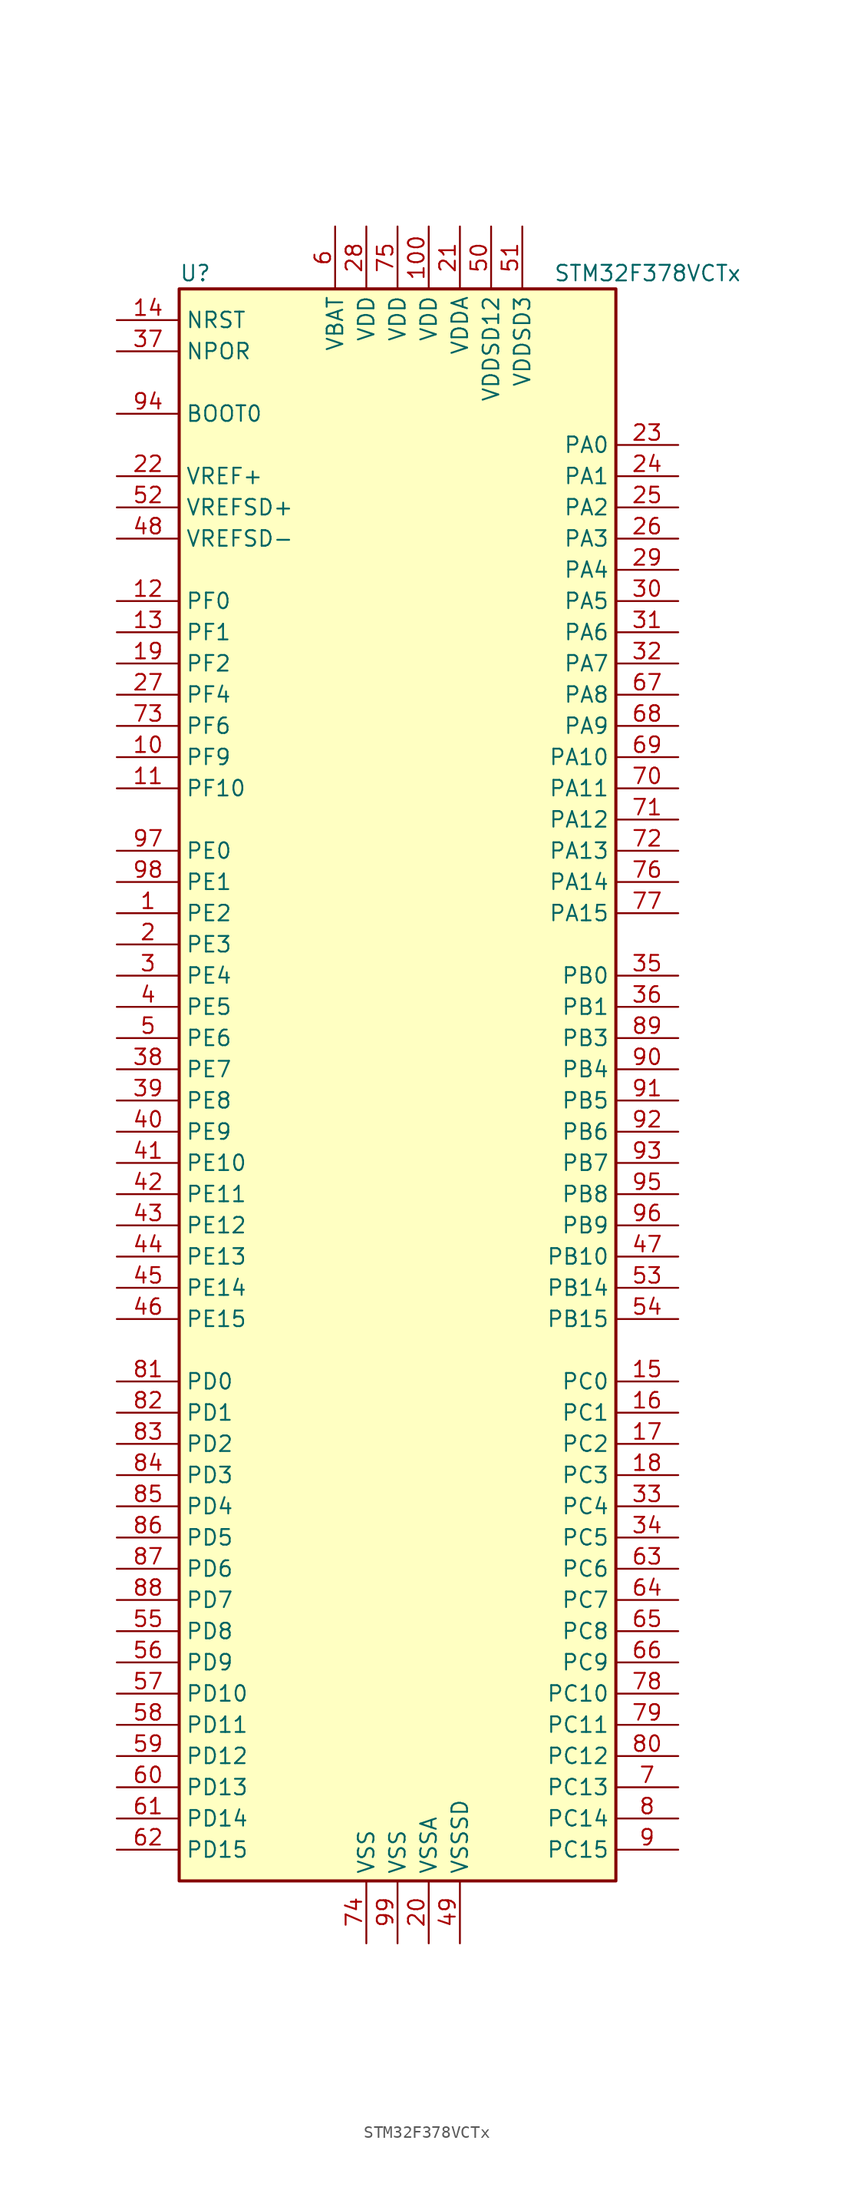
<source format=kicad_sym>
(kicad_symbol_lib
  (version 20201005)
  (generator kicad_symbol_editor)
  (symbol "MCU_ST_STM32F3:STM32F378VCTx"
    (property "Reference" "U"
      (at -17.78 64.77 0)
      (effects (font (size 1.27 1.27)) (justify left)))
    (property "Value" "STM32F378VCTx"
      (at 12.7 64.77 0)
      (effects (font (size 1.27 1.27)) (justify left)))
    (symbol "STM32F378VCTx_0_1"
      (rectangle (start -17.78 -66.04) (end 17.78 63.5) (stroke (width 0.254)) (fill (type background))))
    (symbol "STM32F378VCTx_1_1"
      (pin input line (at -22.86 53.34 0) (length 5.08) (name "BOOT0" (effects (font (size 1.27 1.27)))) (number "94" (effects (font (size 1.27 1.27)))))
      (pin input line (at -22.86 58.42 0) (length 5.08) (name "NPOR" (effects (font (size 1.27 1.27)))) (number "37" (effects (font (size 1.27 1.27)))))
      (pin input line (at -22.86 60.96 0) (length 5.08) (name "NRST" (effects (font (size 1.27 1.27)))) (number "14" (effects (font (size 1.27 1.27)))))
      (pin bidirectional line (at 22.86 50.8 180) (length 5.08) (name "PA0" (effects (font (size 1.27 1.27)))) (number "23" (effects (font (size 1.27 1.27)))))
      (pin bidirectional line (at 22.86 48.26 180) (length 5.08) (name "PA1" (effects (font (size 1.27 1.27)))) (number "24" (effects (font (size 1.27 1.27)))))
      (pin bidirectional line (at 22.86 25.4 180) (length 5.08) (name "PA10" (effects (font (size 1.27 1.27)))) (number "69" (effects (font (size 1.27 1.27)))))
      (pin bidirectional line (at 22.86 22.86 180) (length 5.08) (name "PA11" (effects (font (size 1.27 1.27)))) (number "70" (effects (font (size 1.27 1.27)))))
      (pin bidirectional line (at 22.86 20.32 180) (length 5.08) (name "PA12" (effects (font (size 1.27 1.27)))) (number "71" (effects (font (size 1.27 1.27)))))
      (pin bidirectional line (at 22.86 17.78 180) (length 5.08) (name "PA13" (effects (font (size 1.27 1.27)))) (number "72" (effects (font (size 1.27 1.27)))))
      (pin bidirectional line (at 22.86 15.24 180) (length 5.08) (name "PA14" (effects (font (size 1.27 1.27)))) (number "76" (effects (font (size 1.27 1.27)))))
      (pin bidirectional line (at 22.86 12.7 180) (length 5.08) (name "PA15" (effects (font (size 1.27 1.27)))) (number "77" (effects (font (size 1.27 1.27)))))
      (pin bidirectional line (at 22.86 45.72 180) (length 5.08) (name "PA2" (effects (font (size 1.27 1.27)))) (number "25" (effects (font (size 1.27 1.27)))))
      (pin bidirectional line (at 22.86 43.18 180) (length 5.08) (name "PA3" (effects (font (size 1.27 1.27)))) (number "26" (effects (font (size 1.27 1.27)))))
      (pin bidirectional line (at 22.86 40.64 180) (length 5.08) (name "PA4" (effects (font (size 1.27 1.27)))) (number "29" (effects (font (size 1.27 1.27)))))
      (pin bidirectional line (at 22.86 38.1 180) (length 5.08) (name "PA5" (effects (font (size 1.27 1.27)))) (number "30" (effects (font (size 1.27 1.27)))))
      (pin bidirectional line (at 22.86 35.56 180) (length 5.08) (name "PA6" (effects (font (size 1.27 1.27)))) (number "31" (effects (font (size 1.27 1.27)))))
      (pin bidirectional line (at 22.86 33.02 180) (length 5.08) (name "PA7" (effects (font (size 1.27 1.27)))) (number "32" (effects (font (size 1.27 1.27)))))
      (pin bidirectional line (at 22.86 30.48 180) (length 5.08) (name "PA8" (effects (font (size 1.27 1.27)))) (number "67" (effects (font (size 1.27 1.27)))))
      (pin bidirectional line (at 22.86 27.94 180) (length 5.08) (name "PA9" (effects (font (size 1.27 1.27)))) (number "68" (effects (font (size 1.27 1.27)))))
      (pin bidirectional line (at 22.86 7.62 180) (length 5.08) (name "PB0" (effects (font (size 1.27 1.27)))) (number "35" (effects (font (size 1.27 1.27)))))
      (pin bidirectional line (at 22.86 5.08 180) (length 5.08) (name "PB1" (effects (font (size 1.27 1.27)))) (number "36" (effects (font (size 1.27 1.27)))))
      (pin bidirectional line (at 22.86 -15.24 180) (length 5.08) (name "PB10" (effects (font (size 1.27 1.27)))) (number "47" (effects (font (size 1.27 1.27)))))
      (pin bidirectional line (at 22.86 -17.78 180) (length 5.08) (name "PB14" (effects (font (size 1.27 1.27)))) (number "53" (effects (font (size 1.27 1.27)))))
      (pin bidirectional line (at 22.86 -20.32 180) (length 5.08) (name "PB15" (effects (font (size 1.27 1.27)))) (number "54" (effects (font (size 1.27 1.27)))))
      (pin bidirectional line (at 22.86 2.54 180) (length 5.08) (name "PB3" (effects (font (size 1.27 1.27)))) (number "89" (effects (font (size 1.27 1.27)))))
      (pin bidirectional line (at 22.86 0 180) (length 5.08) (name "PB4" (effects (font (size 1.27 1.27)))) (number "90" (effects (font (size 1.27 1.27)))))
      (pin bidirectional line (at 22.86 -2.54 180) (length 5.08) (name "PB5" (effects (font (size 1.27 1.27)))) (number "91" (effects (font (size 1.27 1.27)))))
      (pin bidirectional line (at 22.86 -5.08 180) (length 5.08) (name "PB6" (effects (font (size 1.27 1.27)))) (number "92" (effects (font (size 1.27 1.27)))))
      (pin bidirectional line (at 22.86 -7.62 180) (length 5.08) (name "PB7" (effects (font (size 1.27 1.27)))) (number "93" (effects (font (size 1.27 1.27)))))
      (pin bidirectional line (at 22.86 -10.16 180) (length 5.08) (name "PB8" (effects (font (size 1.27 1.27)))) (number "95" (effects (font (size 1.27 1.27)))))
      (pin bidirectional line (at 22.86 -12.7 180) (length 5.08) (name "PB9" (effects (font (size 1.27 1.27)))) (number "96" (effects (font (size 1.27 1.27)))))
      (pin bidirectional line (at 22.86 -25.4 180) (length 5.08) (name "PC0" (effects (font (size 1.27 1.27)))) (number "15" (effects (font (size 1.27 1.27)))))
      (pin bidirectional line (at 22.86 -27.94 180) (length 5.08) (name "PC1" (effects (font (size 1.27 1.27)))) (number "16" (effects (font (size 1.27 1.27)))))
      (pin bidirectional line (at 22.86 -50.8 180) (length 5.08) (name "PC10" (effects (font (size 1.27 1.27)))) (number "78" (effects (font (size 1.27 1.27)))))
      (pin bidirectional line (at 22.86 -53.34 180) (length 5.08) (name "PC11" (effects (font (size 1.27 1.27)))) (number "79" (effects (font (size 1.27 1.27)))))
      (pin bidirectional line (at 22.86 -55.88 180) (length 5.08) (name "PC12" (effects (font (size 1.27 1.27)))) (number "80" (effects (font (size 1.27 1.27)))))
      (pin bidirectional line (at 22.86 -58.42 180) (length 5.08) (name "PC13" (effects (font (size 1.27 1.27)))) (number "7" (effects (font (size 1.27 1.27)))))
      (pin bidirectional line (at 22.86 -60.96 180) (length 5.08) (name "PC14" (effects (font (size 1.27 1.27)))) (number "8" (effects (font (size 1.27 1.27)))))
      (pin bidirectional line (at 22.86 -63.5 180) (length 5.08) (name "PC15" (effects (font (size 1.27 1.27)))) (number "9" (effects (font (size 1.27 1.27)))))
      (pin bidirectional line (at 22.86 -30.48 180) (length 5.08) (name "PC2" (effects (font (size 1.27 1.27)))) (number "17" (effects (font (size 1.27 1.27)))))
      (pin bidirectional line (at 22.86 -33.02 180) (length 5.08) (name "PC3" (effects (font (size 1.27 1.27)))) (number "18" (effects (font (size 1.27 1.27)))))
      (pin bidirectional line (at 22.86 -35.56 180) (length 5.08) (name "PC4" (effects (font (size 1.27 1.27)))) (number "33" (effects (font (size 1.27 1.27)))))
      (pin bidirectional line (at 22.86 -38.1 180) (length 5.08) (name "PC5" (effects (font (size 1.27 1.27)))) (number "34" (effects (font (size 1.27 1.27)))))
      (pin bidirectional line (at 22.86 -40.64 180) (length 5.08) (name "PC6" (effects (font (size 1.27 1.27)))) (number "63" (effects (font (size 1.27 1.27)))))
      (pin bidirectional line (at 22.86 -43.18 180) (length 5.08) (name "PC7" (effects (font (size 1.27 1.27)))) (number "64" (effects (font (size 1.27 1.27)))))
      (pin bidirectional line (at 22.86 -45.72 180) (length 5.08) (name "PC8" (effects (font (size 1.27 1.27)))) (number "65" (effects (font (size 1.27 1.27)))))
      (pin bidirectional line (at 22.86 -48.26 180) (length 5.08) (name "PC9" (effects (font (size 1.27 1.27)))) (number "66" (effects (font (size 1.27 1.27)))))
      (pin bidirectional line (at -22.86 -25.4 0) (length 5.08) (name "PD0" (effects (font (size 1.27 1.27)))) (number "81" (effects (font (size 1.27 1.27)))))
      (pin bidirectional line (at -22.86 -27.94 0) (length 5.08) (name "PD1" (effects (font (size 1.27 1.27)))) (number "82" (effects (font (size 1.27 1.27)))))
      (pin bidirectional line (at -22.86 -50.8 0) (length 5.08) (name "PD10" (effects (font (size 1.27 1.27)))) (number "57" (effects (font (size 1.27 1.27)))))
      (pin bidirectional line (at -22.86 -53.34 0) (length 5.08) (name "PD11" (effects (font (size 1.27 1.27)))) (number "58" (effects (font (size 1.27 1.27)))))
      (pin bidirectional line (at -22.86 -55.88 0) (length 5.08) (name "PD12" (effects (font (size 1.27 1.27)))) (number "59" (effects (font (size 1.27 1.27)))))
      (pin bidirectional line (at -22.86 -58.42 0) (length 5.08) (name "PD13" (effects (font (size 1.27 1.27)))) (number "60" (effects (font (size 1.27 1.27)))))
      (pin bidirectional line (at -22.86 -60.96 0) (length 5.08) (name "PD14" (effects (font (size 1.27 1.27)))) (number "61" (effects (font (size 1.27 1.27)))))
      (pin bidirectional line (at -22.86 -63.5 0) (length 5.08) (name "PD15" (effects (font (size 1.27 1.27)))) (number "62" (effects (font (size 1.27 1.27)))))
      (pin bidirectional line (at -22.86 -30.48 0) (length 5.08) (name "PD2" (effects (font (size 1.27 1.27)))) (number "83" (effects (font (size 1.27 1.27)))))
      (pin bidirectional line (at -22.86 -33.02 0) (length 5.08) (name "PD3" (effects (font (size 1.27 1.27)))) (number "84" (effects (font (size 1.27 1.27)))))
      (pin bidirectional line (at -22.86 -35.56 0) (length 5.08) (name "PD4" (effects (font (size 1.27 1.27)))) (number "85" (effects (font (size 1.27 1.27)))))
      (pin bidirectional line (at -22.86 -38.1 0) (length 5.08) (name "PD5" (effects (font (size 1.27 1.27)))) (number "86" (effects (font (size 1.27 1.27)))))
      (pin bidirectional line (at -22.86 -40.64 0) (length 5.08) (name "PD6" (effects (font (size 1.27 1.27)))) (number "87" (effects (font (size 1.27 1.27)))))
      (pin bidirectional line (at -22.86 -43.18 0) (length 5.08) (name "PD7" (effects (font (size 1.27 1.27)))) (number "88" (effects (font (size 1.27 1.27)))))
      (pin bidirectional line (at -22.86 -45.72 0) (length 5.08) (name "PD8" (effects (font (size 1.27 1.27)))) (number "55" (effects (font (size 1.27 1.27)))))
      (pin bidirectional line (at -22.86 -48.26 0) (length 5.08) (name "PD9" (effects (font (size 1.27 1.27)))) (number "56" (effects (font (size 1.27 1.27)))))
      (pin bidirectional line (at -22.86 17.78 0) (length 5.08) (name "PE0" (effects (font (size 1.27 1.27)))) (number "97" (effects (font (size 1.27 1.27)))))
      (pin bidirectional line (at -22.86 15.24 0) (length 5.08) (name "PE1" (effects (font (size 1.27 1.27)))) (number "98" (effects (font (size 1.27 1.27)))))
      (pin bidirectional line (at -22.86 -7.62 0) (length 5.08) (name "PE10" (effects (font (size 1.27 1.27)))) (number "41" (effects (font (size 1.27 1.27)))))
      (pin bidirectional line (at -22.86 -10.16 0) (length 5.08) (name "PE11" (effects (font (size 1.27 1.27)))) (number "42" (effects (font (size 1.27 1.27)))))
      (pin bidirectional line (at -22.86 -12.7 0) (length 5.08) (name "PE12" (effects (font (size 1.27 1.27)))) (number "43" (effects (font (size 1.27 1.27)))))
      (pin bidirectional line (at -22.86 -15.24 0) (length 5.08) (name "PE13" (effects (font (size 1.27 1.27)))) (number "44" (effects (font (size 1.27 1.27)))))
      (pin bidirectional line (at -22.86 -17.78 0) (length 5.08) (name "PE14" (effects (font (size 1.27 1.27)))) (number "45" (effects (font (size 1.27 1.27)))))
      (pin bidirectional line (at -22.86 -20.32 0) (length 5.08) (name "PE15" (effects (font (size 1.27 1.27)))) (number "46" (effects (font (size 1.27 1.27)))))
      (pin bidirectional line (at -22.86 12.7 0) (length 5.08) (name "PE2" (effects (font (size 1.27 1.27)))) (number "1" (effects (font (size 1.27 1.27)))))
      (pin bidirectional line (at -22.86 10.16 0) (length 5.08) (name "PE3" (effects (font (size 1.27 1.27)))) (number "2" (effects (font (size 1.27 1.27)))))
      (pin bidirectional line (at -22.86 7.62 0) (length 5.08) (name "PE4" (effects (font (size 1.27 1.27)))) (number "3" (effects (font (size 1.27 1.27)))))
      (pin bidirectional line (at -22.86 5.08 0) (length 5.08) (name "PE5" (effects (font (size 1.27 1.27)))) (number "4" (effects (font (size 1.27 1.27)))))
      (pin bidirectional line (at -22.86 2.54 0) (length 5.08) (name "PE6" (effects (font (size 1.27 1.27)))) (number "5" (effects (font (size 1.27 1.27)))))
      (pin bidirectional line (at -22.86 0 0) (length 5.08) (name "PE7" (effects (font (size 1.27 1.27)))) (number "38" (effects (font (size 1.27 1.27)))))
      (pin bidirectional line (at -22.86 -2.54 0) (length 5.08) (name "PE8" (effects (font (size 1.27 1.27)))) (number "39" (effects (font (size 1.27 1.27)))))
      (pin bidirectional line (at -22.86 -5.08 0) (length 5.08) (name "PE9" (effects (font (size 1.27 1.27)))) (number "40" (effects (font (size 1.27 1.27)))))
      (pin input line (at -22.86 38.1 0) (length 5.08) (name "PF0" (effects (font (size 1.27 1.27)))) (number "12" (effects (font (size 1.27 1.27)))))
      (pin input line (at -22.86 35.56 0) (length 5.08) (name "PF1" (effects (font (size 1.27 1.27)))) (number "13" (effects (font (size 1.27 1.27)))))
      (pin bidirectional line (at -22.86 22.86 0) (length 5.08) (name "PF10" (effects (font (size 1.27 1.27)))) (number "11" (effects (font (size 1.27 1.27)))))
      (pin bidirectional line (at -22.86 33.02 0) (length 5.08) (name "PF2" (effects (font (size 1.27 1.27)))) (number "19" (effects (font (size 1.27 1.27)))))
      (pin bidirectional line (at -22.86 30.48 0) (length 5.08) (name "PF4" (effects (font (size 1.27 1.27)))) (number "27" (effects (font (size 1.27 1.27)))))
      (pin bidirectional line (at -22.86 27.94 0) (length 5.08) (name "PF6" (effects (font (size 1.27 1.27)))) (number "73" (effects (font (size 1.27 1.27)))))
      (pin bidirectional line (at -22.86 25.4 0) (length 5.08) (name "PF9" (effects (font (size 1.27 1.27)))) (number "10" (effects (font (size 1.27 1.27)))))
      (pin power_in line (at -5.08 68.58 270) (length 5.08) (name "VBAT" (effects (font (size 1.27 1.27)))) (number "6" (effects (font (size 1.27 1.27)))))
      (pin power_in line (at 2.54 68.58 270) (length 5.08) (name "VDD" (effects (font (size 1.27 1.27)))) (number "100" (effects (font (size 1.27 1.27)))))
      (pin power_in line (at -2.54 68.58 270) (length 5.08) (name "VDD" (effects (font (size 1.27 1.27)))) (number "28" (effects (font (size 1.27 1.27)))))
      (pin power_in line (at 0 68.58 270) (length 5.08) (name "VDD" (effects (font (size 1.27 1.27)))) (number "75" (effects (font (size 1.27 1.27)))))
      (pin power_in line (at 5.08 68.58 270) (length 5.08) (name "VDDA" (effects (font (size 1.27 1.27)))) (number "21" (effects (font (size 1.27 1.27)))))
      (pin power_in line (at 7.62 68.58 270) (length 5.08) (name "VDDSD12" (effects (font (size 1.27 1.27)))) (number "50" (effects (font (size 1.27 1.27)))))
      (pin power_in line (at 10.16 68.58 270) (length 5.08) (name "VDDSD3" (effects (font (size 1.27 1.27)))) (number "51" (effects (font (size 1.27 1.27)))))
      (pin power_in line (at -22.86 48.26 0) (length 5.08) (name "VREF+" (effects (font (size 1.27 1.27)))) (number "22" (effects (font (size 1.27 1.27)))))
      (pin power_in line (at -22.86 45.72 0) (length 5.08) (name "VREFSD+" (effects (font (size 1.27 1.27)))) (number "52" (effects (font (size 1.27 1.27)))))
      (pin power_in line (at -22.86 43.18 0) (length 5.08) (name "VREFSD-" (effects (font (size 1.27 1.27)))) (number "48" (effects (font (size 1.27 1.27)))))
      (pin power_in line (at -2.54 -71.12 90) (length 5.08) (name "VSS" (effects (font (size 1.27 1.27)))) (number "74" (effects (font (size 1.27 1.27)))))
      (pin power_in line (at 0 -71.12 90) (length 5.08) (name "VSS" (effects (font (size 1.27 1.27)))) (number "99" (effects (font (size 1.27 1.27)))))
      (pin power_in line (at 2.54 -71.12 90) (length 5.08) (name "VSSA" (effects (font (size 1.27 1.27)))) (number "20" (effects (font (size 1.27 1.27)))))
      (pin power_in line (at 5.08 -71.12 90) (length 5.08) (name "VSSSD" (effects (font (size 1.27 1.27)))) (number "49" (effects (font (size 1.27 1.27))))))))
</source>
